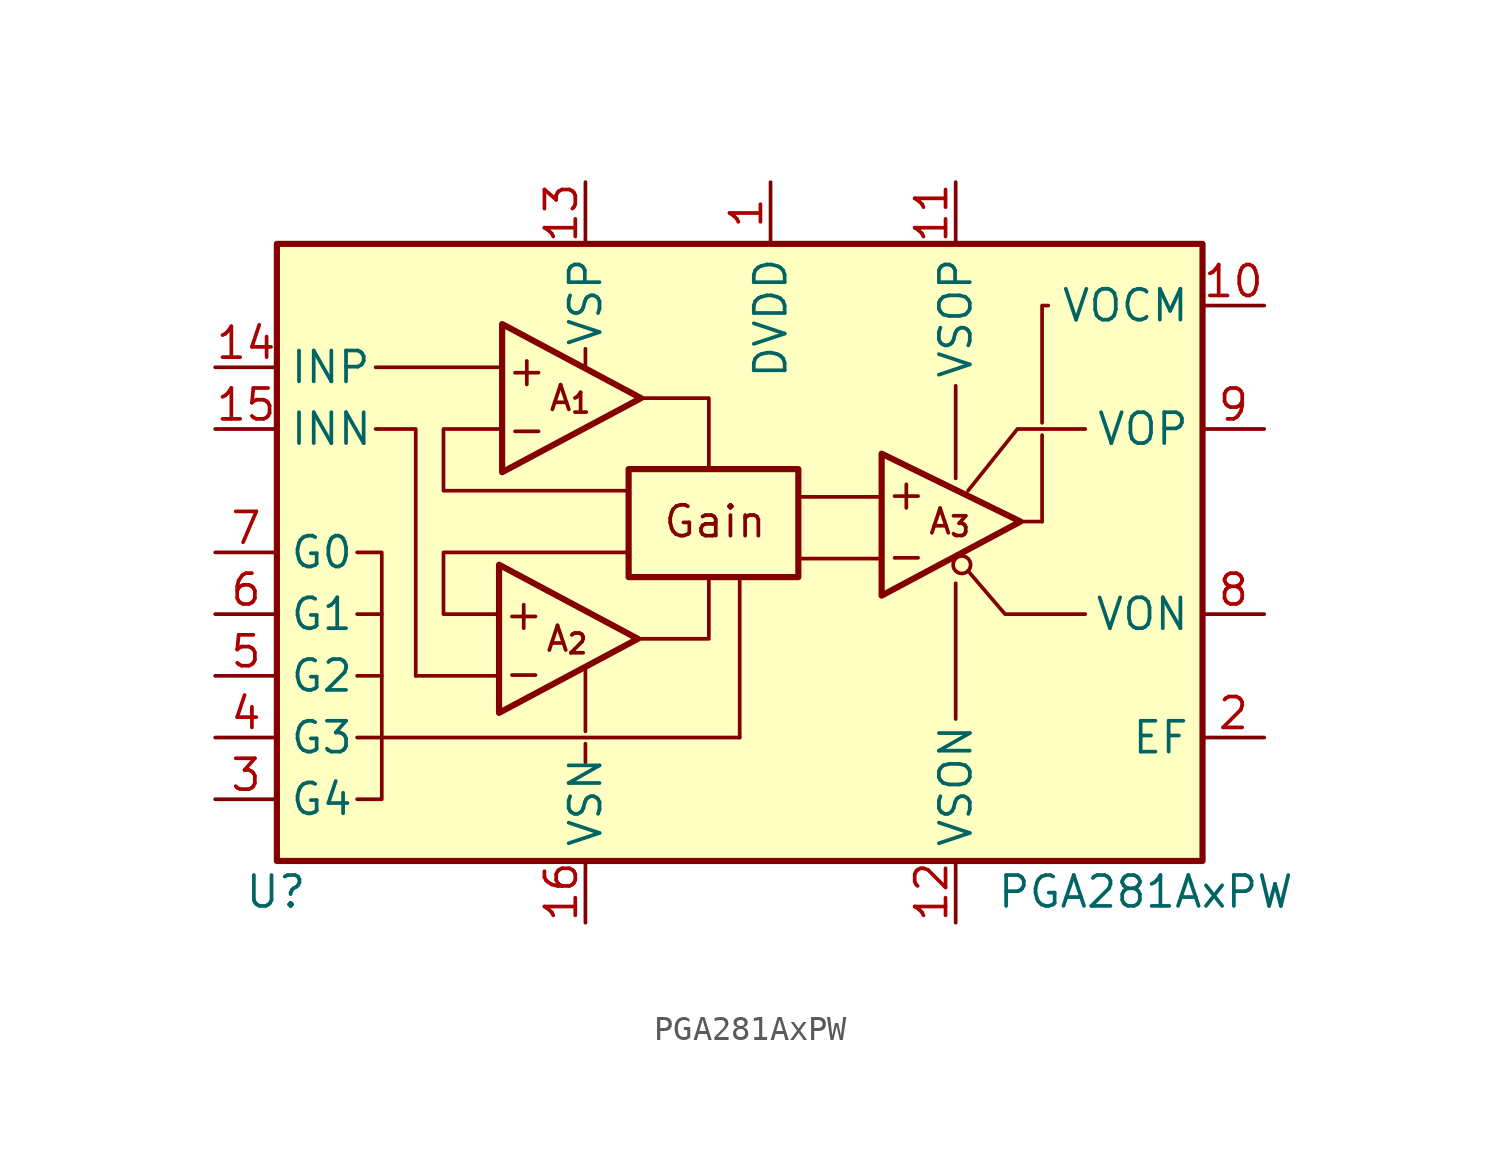
<source format=kicad_sym>
(kicad_symbol_lib
  (version 20241209)
  (generator "kicad_symbol_editor")
  (generator_version "9.0")
  (symbol "PGA281AxPW"
    (property "Reference" "U"
      (at -19.05 -13.97 0)
      (effects (font (size 1.27 1.27)) (justify right)))
    (property "Value" "PGA281AxPW"
      (at 21.59 -13.97 0)
      (effects (font (size 1.27 1.27)) (justify right)))
    (symbol "PGA281AxPW_0_1"
      (polyline (pts (xy -17.018 0) (xy -16.002 0) (xy -16.002 -7.62) (xy -1.27 -7.62)) (stroke (width 0) (type default)) (fill (type none)))
      (polyline (pts (xy -17.018 -2.54) (xy -16.002 -2.54)) (stroke (width 0) (type default)) (fill (type none)))
      (polyline (pts (xy -17.018 -5.08) (xy -16.002 -5.08)) (stroke (width 0) (type default)) (fill (type none)))
      (polyline (pts (xy -17.018 -7.62) (xy -16.002 -7.62)) (stroke (width 0) (type default)) (fill (type none)))
      (polyline (pts (xy -17.018 -10.16) (xy -16.002 -10.16) (xy -16.002 -7.62)) (stroke (width 0) (type default)) (fill (type none)))
      (polyline (pts (xy -16.256 7.62) (xy -11.176 7.62)) (stroke (width 0) (type default)) (fill (type none)))
      (polyline (pts (xy -14.605 -5.08) (xy -11.303 -5.08)) (stroke (width 0) (type default)) (fill (type none)))
      (polyline (pts (xy -14.605 -5.08) (xy -14.605 5.08) (xy -16.256 5.08)) (stroke (width 0) (type default)) (fill (type none)))
      (polyline (pts (xy -11.176 5.08) (xy -13.462 5.08) (xy -13.462 2.54) (xy -5.842 2.54)) (stroke (width 0) (type default)) (fill (type none)))
      (polyline (pts (xy -11.176 -2.54) (xy -13.462 -2.54) (xy -13.462 0) (xy -5.842 0)) (stroke (width 0) (type default)) (fill (type none)))
      (polyline (pts (xy -7.62 8.382) (xy -7.62 7.62)) (stroke (width 0) (type default)) (fill (type none)))
      (polyline (pts (xy -7.62 -7.366) (xy -7.62 -4.826)) (stroke (width 0) (type default)) (fill (type none)))
      (polyline (pts (xy -7.62 -7.874) (xy -7.62 -8.636)) (stroke (width 0) (type default)) (fill (type none)))
      (rectangle (start -5.842 3.429) (end 1.143 -1.016) (stroke (width 0.254) (type default)) (fill (type background)))
      (polyline (pts (xy -5.334 6.35) (xy -2.54 6.35) (xy -2.54 3.556)) (stroke (width 0) (type default)) (fill (type none)))
      (polyline (pts (xy -2.54 -1.016) (xy -2.54 -3.556) (xy -5.588 -3.556)) (stroke (width 0) (type default)) (fill (type none)))
      (polyline (pts (xy -1.27 -7.62) (xy -1.27 -1.016)) (stroke (width 0) (type default)) (fill (type none)))
      (polyline (pts (xy 4.572 2.286) (xy 1.27 2.286)) (stroke (width 0) (type default)) (fill (type none)))
      (polyline (pts (xy 4.572 -0.254) (xy 1.27 -0.254)) (stroke (width 0) (type default)) (fill (type none)))
      (polyline (pts (xy 7.62 6.858) (xy 7.62 3.048)) (stroke (width 0) (type default)) (fill (type none)))
      (polyline (pts (xy 7.62 -6.858) (xy 7.62 -1.27)) (stroke (width 0) (type default)) (fill (type none)))
      (circle (center 7.874 -0.508) (radius 0.359) (stroke (width 0) (type default)) (fill (type none)))
      (polyline (pts (xy 8.128 2.54) (xy 10.16 5.08) (xy 12.954 5.08)) (stroke (width 0) (type default)) (fill (type none)))
      (polyline (pts (xy 10.16 1.27) (xy 11.176 1.27)) (stroke (width 0) (type default)) (fill (type none)))
      (polyline (pts (xy 11.176 5.334) (xy 11.176 10.16) (xy 11.43 10.16)) (stroke (width 0) (type default)) (fill (type none)))
      (polyline (pts (xy 11.176 1.27) (xy 11.176 4.826)) (stroke (width 0) (type default)) (fill (type none)))
      (polyline (pts (xy 12.954 -2.54) (xy 9.652 -2.54) (xy 8.128 -0.762)) (stroke (width 0) (type default)) (fill (type none))))
    (symbol "PGA281AxPW_1_0"
      (pin input line (at -22.86 7.62 0) (length 2.54) (name "INP" (effects (font (size 1.27 1.27)))) (number "14" (effects (font (size 1.27 1.27)))))
      (pin input line (at -22.86 5.08 0) (length 2.54) (name "INN" (effects (font (size 1.27 1.27)))) (number "15" (effects (font (size 1.27 1.27)))))
      (pin power_in line (at -7.62 15.24 270) (length 2.54) (name "VSP" (effects (font (size 1.27 1.27)))) (number "13" (effects (font (size 1.27 1.27)))))
      (pin power_in line (at -7.62 -15.24 90) (length 2.54) (name "VSN" (effects (font (size 1.27 1.27)))) (number "16" (effects (font (size 1.27 1.27)))))
      (pin power_in line (at 7.62 15.24 270) (length 2.54) (name "VSOP" (effects (font (size 1.27 1.27)))) (number "11" (effects (font (size 1.27 1.27)))))
      (pin power_in line (at 7.62 -15.24 90) (length 2.54) (name "VSON" (effects (font (size 1.27 1.27)))) (number "12" (effects (font (size 1.27 1.27))))))
    (symbol "PGA281AxPW_1_1"
      (rectangle (start -20.32 12.7) (end 17.78 -12.7) (stroke (width 0.254) (type solid)) (fill (type background)))
      (polyline (pts (xy -11.176 -0.508) (xy -11.176 -6.604) (xy -5.461 -3.556) (xy -11.176 -0.508)) (stroke (width 0.254) (type default)) (fill (type none)))
      (polyline (pts (xy -11.049 9.398) (xy -11.049 3.302) (xy -5.334 6.35) (xy -11.049 9.398)) (stroke (width 0.254) (type default)) (fill (type none)))
      (polyline (pts (xy 4.572 4.064) (xy 4.572 -1.778) (xy 10.287 1.27) (xy 4.572 4.064)) (stroke (width 0.254) (type default)) (fill (type none)))
      (text "+" (at -10.16 -2.54 0) (effects (font (size 1.27 1.27))))
      (text "-" (at -10.16 -4.953 0) (effects (font (size 1.27 1.27))))
      (text "+" (at -10.033 7.493 0) (effects (font (size 1.27 1.27))))
      (text "-" (at -10.033 5.08 0) (effects (font (size 1.27 1.27))))
      (text "A_{2}" (at -8.382 -3.556 0) (effects (font (size 1.016 1.016))))
      (text "A_{1}" (at -8.255 6.35 0) (effects (font (size 1.016 1.016))))
      (text "Gain" (at -2.286 1.27 0) (effects (font (size 1.27 1.27))))
      (text "+" (at 5.588 2.413 0) (effects (font (size 1.27 1.27))))
      (text "-" (at 5.588 -0.127 0) (effects (font (size 1.27 1.27))))
      (text "A_{3}" (at 7.366 1.27 0) (effects (font (size 1.016 1.016))))
      (pin input line (at -22.86 0 0) (length 2.54) (name "G0" (effects (font (size 1.27 1.27)))) (number "7" (effects (font (size 1.27 1.27)))))
      (pin input line (at -22.86 -2.54 0) (length 2.54) (name "G1" (effects (font (size 1.27 1.27)))) (number "6" (effects (font (size 1.27 1.27)))))
      (pin input line (at -22.86 -5.08 0) (length 2.54) (name "G2" (effects (font (size 1.27 1.27)))) (number "5" (effects (font (size 1.27 1.27)))))
      (pin input line (at -22.86 -7.62 0) (length 2.54) (name "G3" (effects (font (size 1.27 1.27)))) (number "4" (effects (font (size 1.27 1.27)))))
      (pin input line (at -22.86 -10.16 0) (length 2.54) (name "G4" (effects (font (size 1.27 1.27)))) (number "3" (effects (font (size 1.27 1.27)))))
      (pin power_in line (at 0 15.24 270) (length 2.54) (name "DVDD" (effects (font (size 1.27 1.27)))) (number "1" (effects (font (size 1.27 1.27)))))
      (pin input line (at 20.32 10.16 180) (length 2.54) (name "VOCM" (effects (font (size 1.27 1.27)))) (number "10" (effects (font (size 1.27 1.27)))))
      (pin output line (at 20.32 5.08 180) (length 2.54) (name "VOP" (effects (font (size 1.27 1.27)))) (number "9" (effects (font (size 1.27 1.27)))))
      (pin output line (at 20.32 -2.54 180) (length 2.54) (name "VON" (effects (font (size 1.27 1.27)))) (number "8" (effects (font (size 1.27 1.27)))))
      (pin output line (at 20.32 -7.62 180) (length 2.54) (name "EF" (effects (font (size 1.27 1.27)))) (number "2" (effects (font (size 1.27 1.27))))))))
</source>
